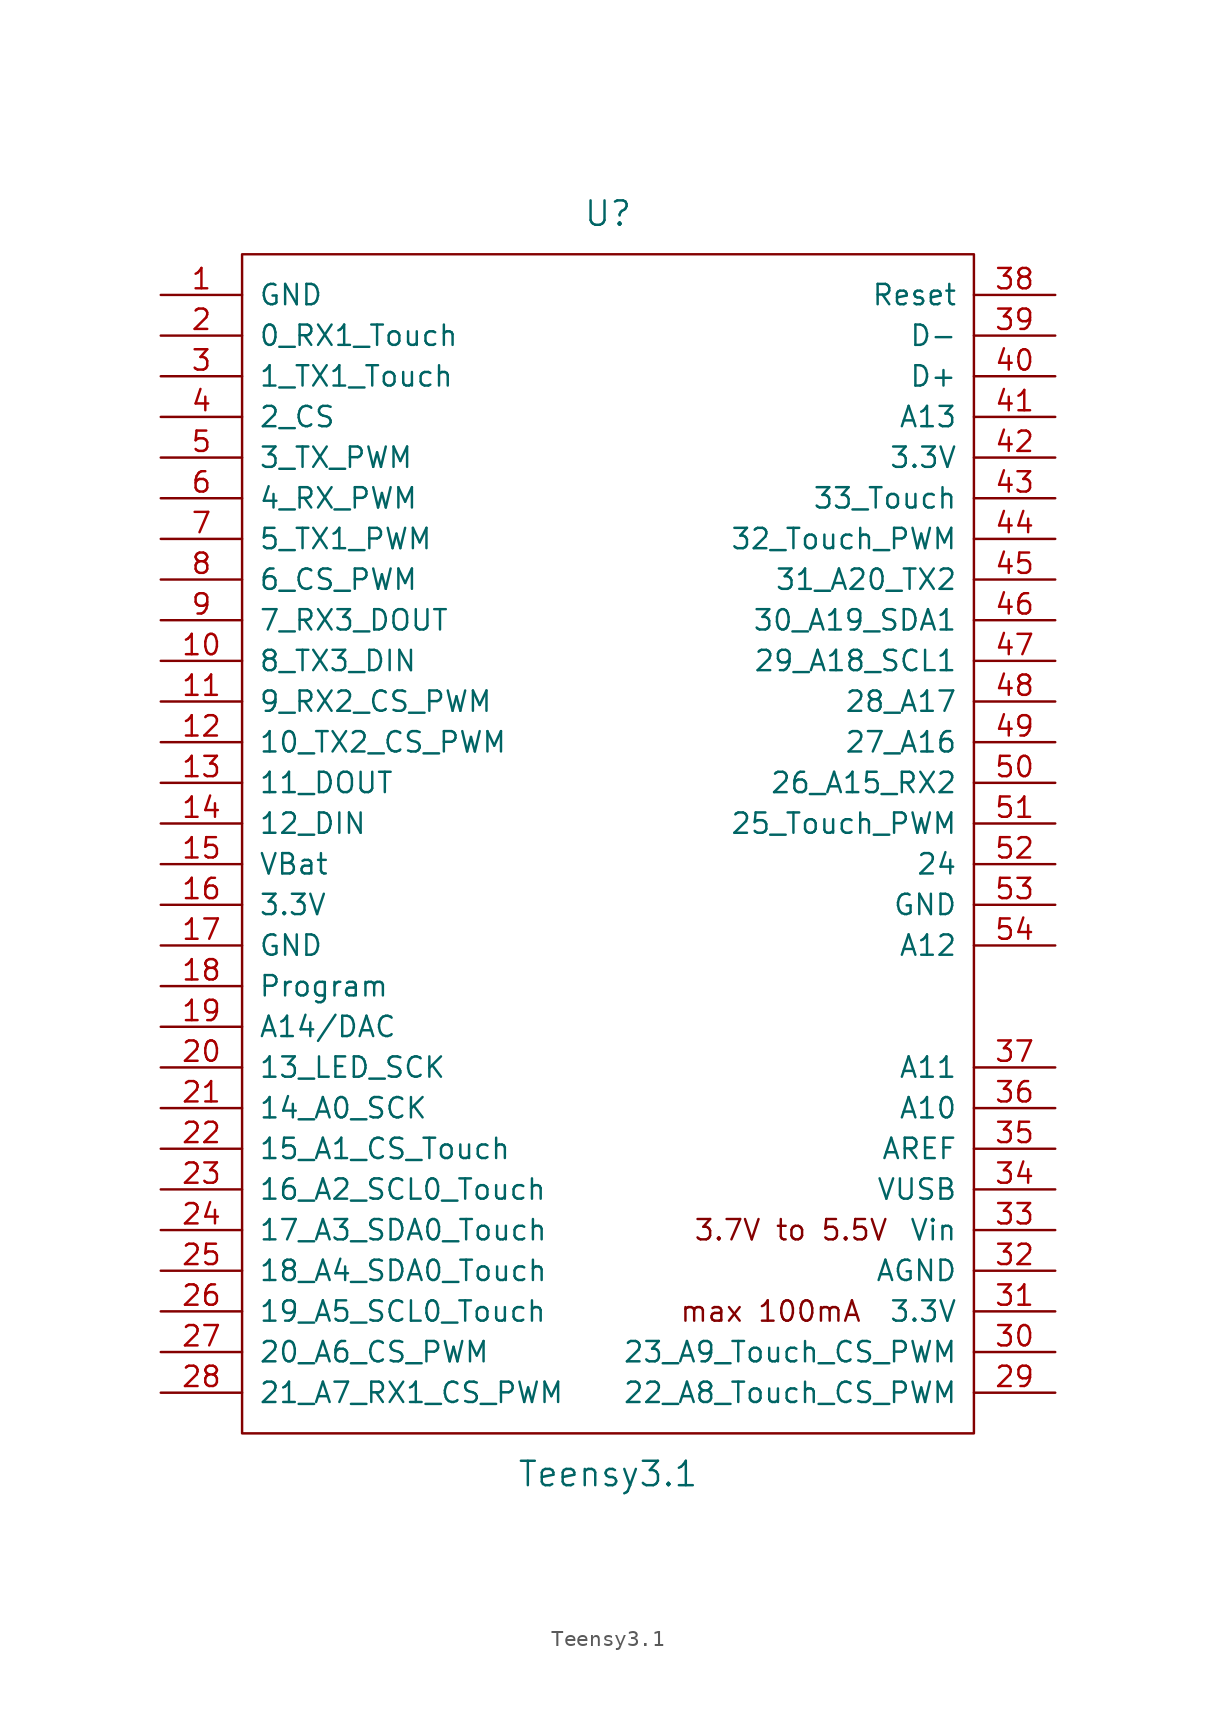
<source format=kicad_sym>
(kicad_symbol_lib
  (version 20231120)
  (generator "kicad_symbol_editor")
  (generator_version "8.0")
  (symbol "Teensy3.1"
    (pin_names
      (offset 1.016))
    (property "Reference" "U"
      (at 0 39.37 0)
      (effects (font (size 1.524 1.524))))
    (property "Value" "Teensy3.1"
      (at 0 -39.37 0)
      (effects (font (size 1.524 1.524))))
    (property "Footprint" ""
      (at 0 -19.05 0)
      (effects (font (size 1.524 1.524))))
    (property "Datasheet" ""
      (at 0 -19.05 0)
      (effects (font (size 1.524 1.524))))
    (symbol "Teensy3.1_0_0"
      (text "3.7V to 5.5V" (at 11.43 -24.13 0) (effects (font (size 1.27 1.27))))
      (text "max 100mA" (at 10.16 -29.21 0) (effects (font (size 1.27 1.27)))))
    (symbol "Teensy3.1_0_1"
      (rectangle (start -22.86 36.83) (end 22.86 -36.83) (stroke (width 0) (type solid)) (fill (type none))))
    (symbol "Teensy3.1_1_1"
      (pin power_in line (at -27.94 34.29 0) (length 5.08) (name "GND" (effects (font (size 1.27 1.27)))) (number "1" (effects (font (size 1.27 1.27)))))
      (pin bidirectional line (at -27.94 11.43 0) (length 5.08) (name "8_TX3_DIN" (effects (font (size 1.27 1.27)))) (number "10" (effects (font (size 1.27 1.27)))))
      (pin bidirectional line (at -27.94 8.89 0) (length 5.08) (name "9_RX2_CS_PWM" (effects (font (size 1.27 1.27)))) (number "11" (effects (font (size 1.27 1.27)))))
      (pin bidirectional line (at -27.94 6.35 0) (length 5.08) (name "10_TX2_CS_PWM" (effects (font (size 1.27 1.27)))) (number "12" (effects (font (size 1.27 1.27)))))
      (pin bidirectional line (at -27.94 3.81 0) (length 5.08) (name "11_DOUT" (effects (font (size 1.27 1.27)))) (number "13" (effects (font (size 1.27 1.27)))))
      (pin bidirectional line (at -27.94 1.27 0) (length 5.08) (name "12_DIN" (effects (font (size 1.27 1.27)))) (number "14" (effects (font (size 1.27 1.27)))))
      (pin power_in line (at -27.94 -1.27 0) (length 5.08) (name "VBat" (effects (font (size 1.27 1.27)))) (number "15" (effects (font (size 1.27 1.27)))))
      (pin power_in line (at -27.94 -3.81 0) (length 5.08) (name "3.3V" (effects (font (size 1.27 1.27)))) (number "16" (effects (font (size 1.27 1.27)))))
      (pin power_in line (at -27.94 -6.35 0) (length 5.08) (name "GND" (effects (font (size 1.27 1.27)))) (number "17" (effects (font (size 1.27 1.27)))))
      (pin input line (at -27.94 -8.89 0) (length 5.08) (name "Program" (effects (font (size 1.27 1.27)))) (number "18" (effects (font (size 1.27 1.27)))))
      (pin bidirectional line (at -27.94 -11.43 0) (length 5.08) (name "A14/DAC" (effects (font (size 1.27 1.27)))) (number "19" (effects (font (size 1.27 1.27)))))
      (pin bidirectional line (at -27.94 31.75 0) (length 5.08) (name "0_RX1_Touch" (effects (font (size 1.27 1.27)))) (number "2" (effects (font (size 1.27 1.27)))))
      (pin bidirectional line (at -27.94 -13.97 0) (length 5.08) (name "13_LED_SCK" (effects (font (size 1.27 1.27)))) (number "20" (effects (font (size 1.27 1.27)))))
      (pin bidirectional line (at -27.94 -16.51 0) (length 5.08) (name "14_A0_SCK" (effects (font (size 1.27 1.27)))) (number "21" (effects (font (size 1.27 1.27)))))
      (pin bidirectional line (at -27.94 -19.05 0) (length 5.08) (name "15_A1_CS_Touch" (effects (font (size 1.27 1.27)))) (number "22" (effects (font (size 1.27 1.27)))))
      (pin bidirectional line (at -27.94 -21.59 0) (length 5.08) (name "16_A2_SCL0_Touch" (effects (font (size 1.27 1.27)))) (number "23" (effects (font (size 1.27 1.27)))))
      (pin bidirectional line (at -27.94 -24.13 0) (length 5.08) (name "17_A3_SDA0_Touch" (effects (font (size 1.27 1.27)))) (number "24" (effects (font (size 1.27 1.27)))))
      (pin bidirectional line (at -27.94 -26.67 0) (length 5.08) (name "18_A4_SDA0_Touch" (effects (font (size 1.27 1.27)))) (number "25" (effects (font (size 1.27 1.27)))))
      (pin bidirectional line (at -27.94 -29.21 0) (length 5.08) (name "19_A5_SCL0_Touch" (effects (font (size 1.27 1.27)))) (number "26" (effects (font (size 1.27 1.27)))))
      (pin bidirectional line (at -27.94 -31.75 0) (length 5.08) (name "20_A6_CS_PWM" (effects (font (size 1.27 1.27)))) (number "27" (effects (font (size 1.27 1.27)))))
      (pin bidirectional line (at -27.94 -34.29 0) (length 5.08) (name "21_A7_RX1_CS_PWM" (effects (font (size 1.27 1.27)))) (number "28" (effects (font (size 1.27 1.27)))))
      (pin bidirectional line (at 27.94 -34.29 180) (length 5.08) (name "22_A8_Touch_CS_PWM" (effects (font (size 1.27 1.27)))) (number "29" (effects (font (size 1.27 1.27)))))
      (pin bidirectional line (at -27.94 29.21 0) (length 5.08) (name "1_TX1_Touch" (effects (font (size 1.27 1.27)))) (number "3" (effects (font (size 1.27 1.27)))))
      (pin bidirectional line (at 27.94 -31.75 180) (length 5.08) (name "23_A9_Touch_CS_PWM" (effects (font (size 1.27 1.27)))) (number "30" (effects (font (size 1.27 1.27)))))
      (pin power_out line (at 27.94 -29.21 180) (length 5.08) (name "3.3V" (effects (font (size 1.27 1.27)))) (number "31" (effects (font (size 1.27 1.27)))))
      (pin power_out line (at 27.94 -26.67 180) (length 5.08) (name "AGND" (effects (font (size 1.27 1.27)))) (number "32" (effects (font (size 1.27 1.27)))))
      (pin power_in line (at 27.94 -24.13 180) (length 5.08) (name "Vin" (effects (font (size 1.27 1.27)))) (number "33" (effects (font (size 1.27 1.27)))))
      (pin power_in line (at 27.94 -21.59 180) (length 5.08) (name "VUSB" (effects (font (size 1.27 1.27)))) (number "34" (effects (font (size 1.27 1.27)))))
      (pin input line (at 27.94 -19.05 180) (length 5.08) (name "AREF" (effects (font (size 1.27 1.27)))) (number "35" (effects (font (size 1.27 1.27)))))
      (pin bidirectional line (at 27.94 -16.51 180) (length 5.08) (name "A10" (effects (font (size 1.27 1.27)))) (number "36" (effects (font (size 1.27 1.27)))))
      (pin bidirectional line (at 27.94 -13.97 180) (length 5.08) (name "A11" (effects (font (size 1.27 1.27)))) (number "37" (effects (font (size 1.27 1.27)))))
      (pin input line (at 27.94 34.29 180) (length 5.08) (name "Reset" (effects (font (size 1.27 1.27)))) (number "38" (effects (font (size 1.27 1.27)))))
      (pin bidirectional line (at 27.94 31.75 180) (length 5.08) (name "D-" (effects (font (size 1.27 1.27)))) (number "39" (effects (font (size 1.27 1.27)))))
      (pin bidirectional line (at -27.94 26.67 0) (length 5.08) (name "2_CS" (effects (font (size 1.27 1.27)))) (number "4" (effects (font (size 1.27 1.27)))))
      (pin bidirectional line (at 27.94 29.21 180) (length 5.08) (name "D+" (effects (font (size 1.27 1.27)))) (number "40" (effects (font (size 1.27 1.27)))))
      (pin bidirectional line (at 27.94 26.67 180) (length 5.08) (name "A13" (effects (font (size 1.27 1.27)))) (number "41" (effects (font (size 1.27 1.27)))))
      (pin power_in line (at 27.94 24.13 180) (length 5.08) (name "3.3V" (effects (font (size 1.27 1.27)))) (number "42" (effects (font (size 1.27 1.27)))))
      (pin bidirectional line (at 27.94 21.59 180) (length 5.08) (name "33_Touch" (effects (font (size 1.27 1.27)))) (number "43" (effects (font (size 1.27 1.27)))))
      (pin bidirectional line (at 27.94 19.05 180) (length 5.08) (name "32_Touch_PWM" (effects (font (size 1.27 1.27)))) (number "44" (effects (font (size 1.27 1.27)))))
      (pin bidirectional line (at 27.94 16.51 180) (length 5.08) (name "31_A20_TX2" (effects (font (size 1.27 1.27)))) (number "45" (effects (font (size 1.27 1.27)))))
      (pin bidirectional line (at 27.94 13.97 180) (length 5.08) (name "30_A19_SDA1" (effects (font (size 1.27 1.27)))) (number "46" (effects (font (size 1.27 1.27)))))
      (pin bidirectional line (at 27.94 11.43 180) (length 5.08) (name "29_A18_SCL1" (effects (font (size 1.27 1.27)))) (number "47" (effects (font (size 1.27 1.27)))))
      (pin bidirectional line (at 27.94 8.89 180) (length 5.08) (name "28_A17" (effects (font (size 1.27 1.27)))) (number "48" (effects (font (size 1.27 1.27)))))
      (pin bidirectional line (at 27.94 6.35 180) (length 5.08) (name "27_A16" (effects (font (size 1.27 1.27)))) (number "49" (effects (font (size 1.27 1.27)))))
      (pin bidirectional line (at -27.94 24.13 0) (length 5.08) (name "3_TX_PWM" (effects (font (size 1.27 1.27)))) (number "5" (effects (font (size 1.27 1.27)))))
      (pin bidirectional line (at 27.94 3.81 180) (length 5.08) (name "26_A15_RX2" (effects (font (size 1.27 1.27)))) (number "50" (effects (font (size 1.27 1.27)))))
      (pin bidirectional line (at 27.94 1.27 180) (length 5.08) (name "25_Touch_PWM" (effects (font (size 1.27 1.27)))) (number "51" (effects (font (size 1.27 1.27)))))
      (pin bidirectional line (at 27.94 -1.27 180) (length 5.08) (name "24" (effects (font (size 1.27 1.27)))) (number "52" (effects (font (size 1.27 1.27)))))
      (pin power_in line (at 27.94 -3.81 180) (length 5.08) (name "GND" (effects (font (size 1.27 1.27)))) (number "53" (effects (font (size 1.27 1.27)))))
      (pin bidirectional line (at 27.94 -6.35 180) (length 5.08) (name "A12" (effects (font (size 1.27 1.27)))) (number "54" (effects (font (size 1.27 1.27)))))
      (pin bidirectional line (at -27.94 21.59 0) (length 5.08) (name "4_RX_PWM" (effects (font (size 1.27 1.27)))) (number "6" (effects (font (size 1.27 1.27)))))
      (pin bidirectional line (at -27.94 19.05 0) (length 5.08) (name "5_TX1_PWM" (effects (font (size 1.27 1.27)))) (number "7" (effects (font (size 1.27 1.27)))))
      (pin bidirectional line (at -27.94 16.51 0) (length 5.08) (name "6_CS_PWM" (effects (font (size 1.27 1.27)))) (number "8" (effects (font (size 1.27 1.27)))))
      (pin bidirectional line (at -27.94 13.97 0) (length 5.08) (name "7_RX3_DOUT" (effects (font (size 1.27 1.27)))) (number "9" (effects (font (size 1.27 1.27))))))))
</source>
